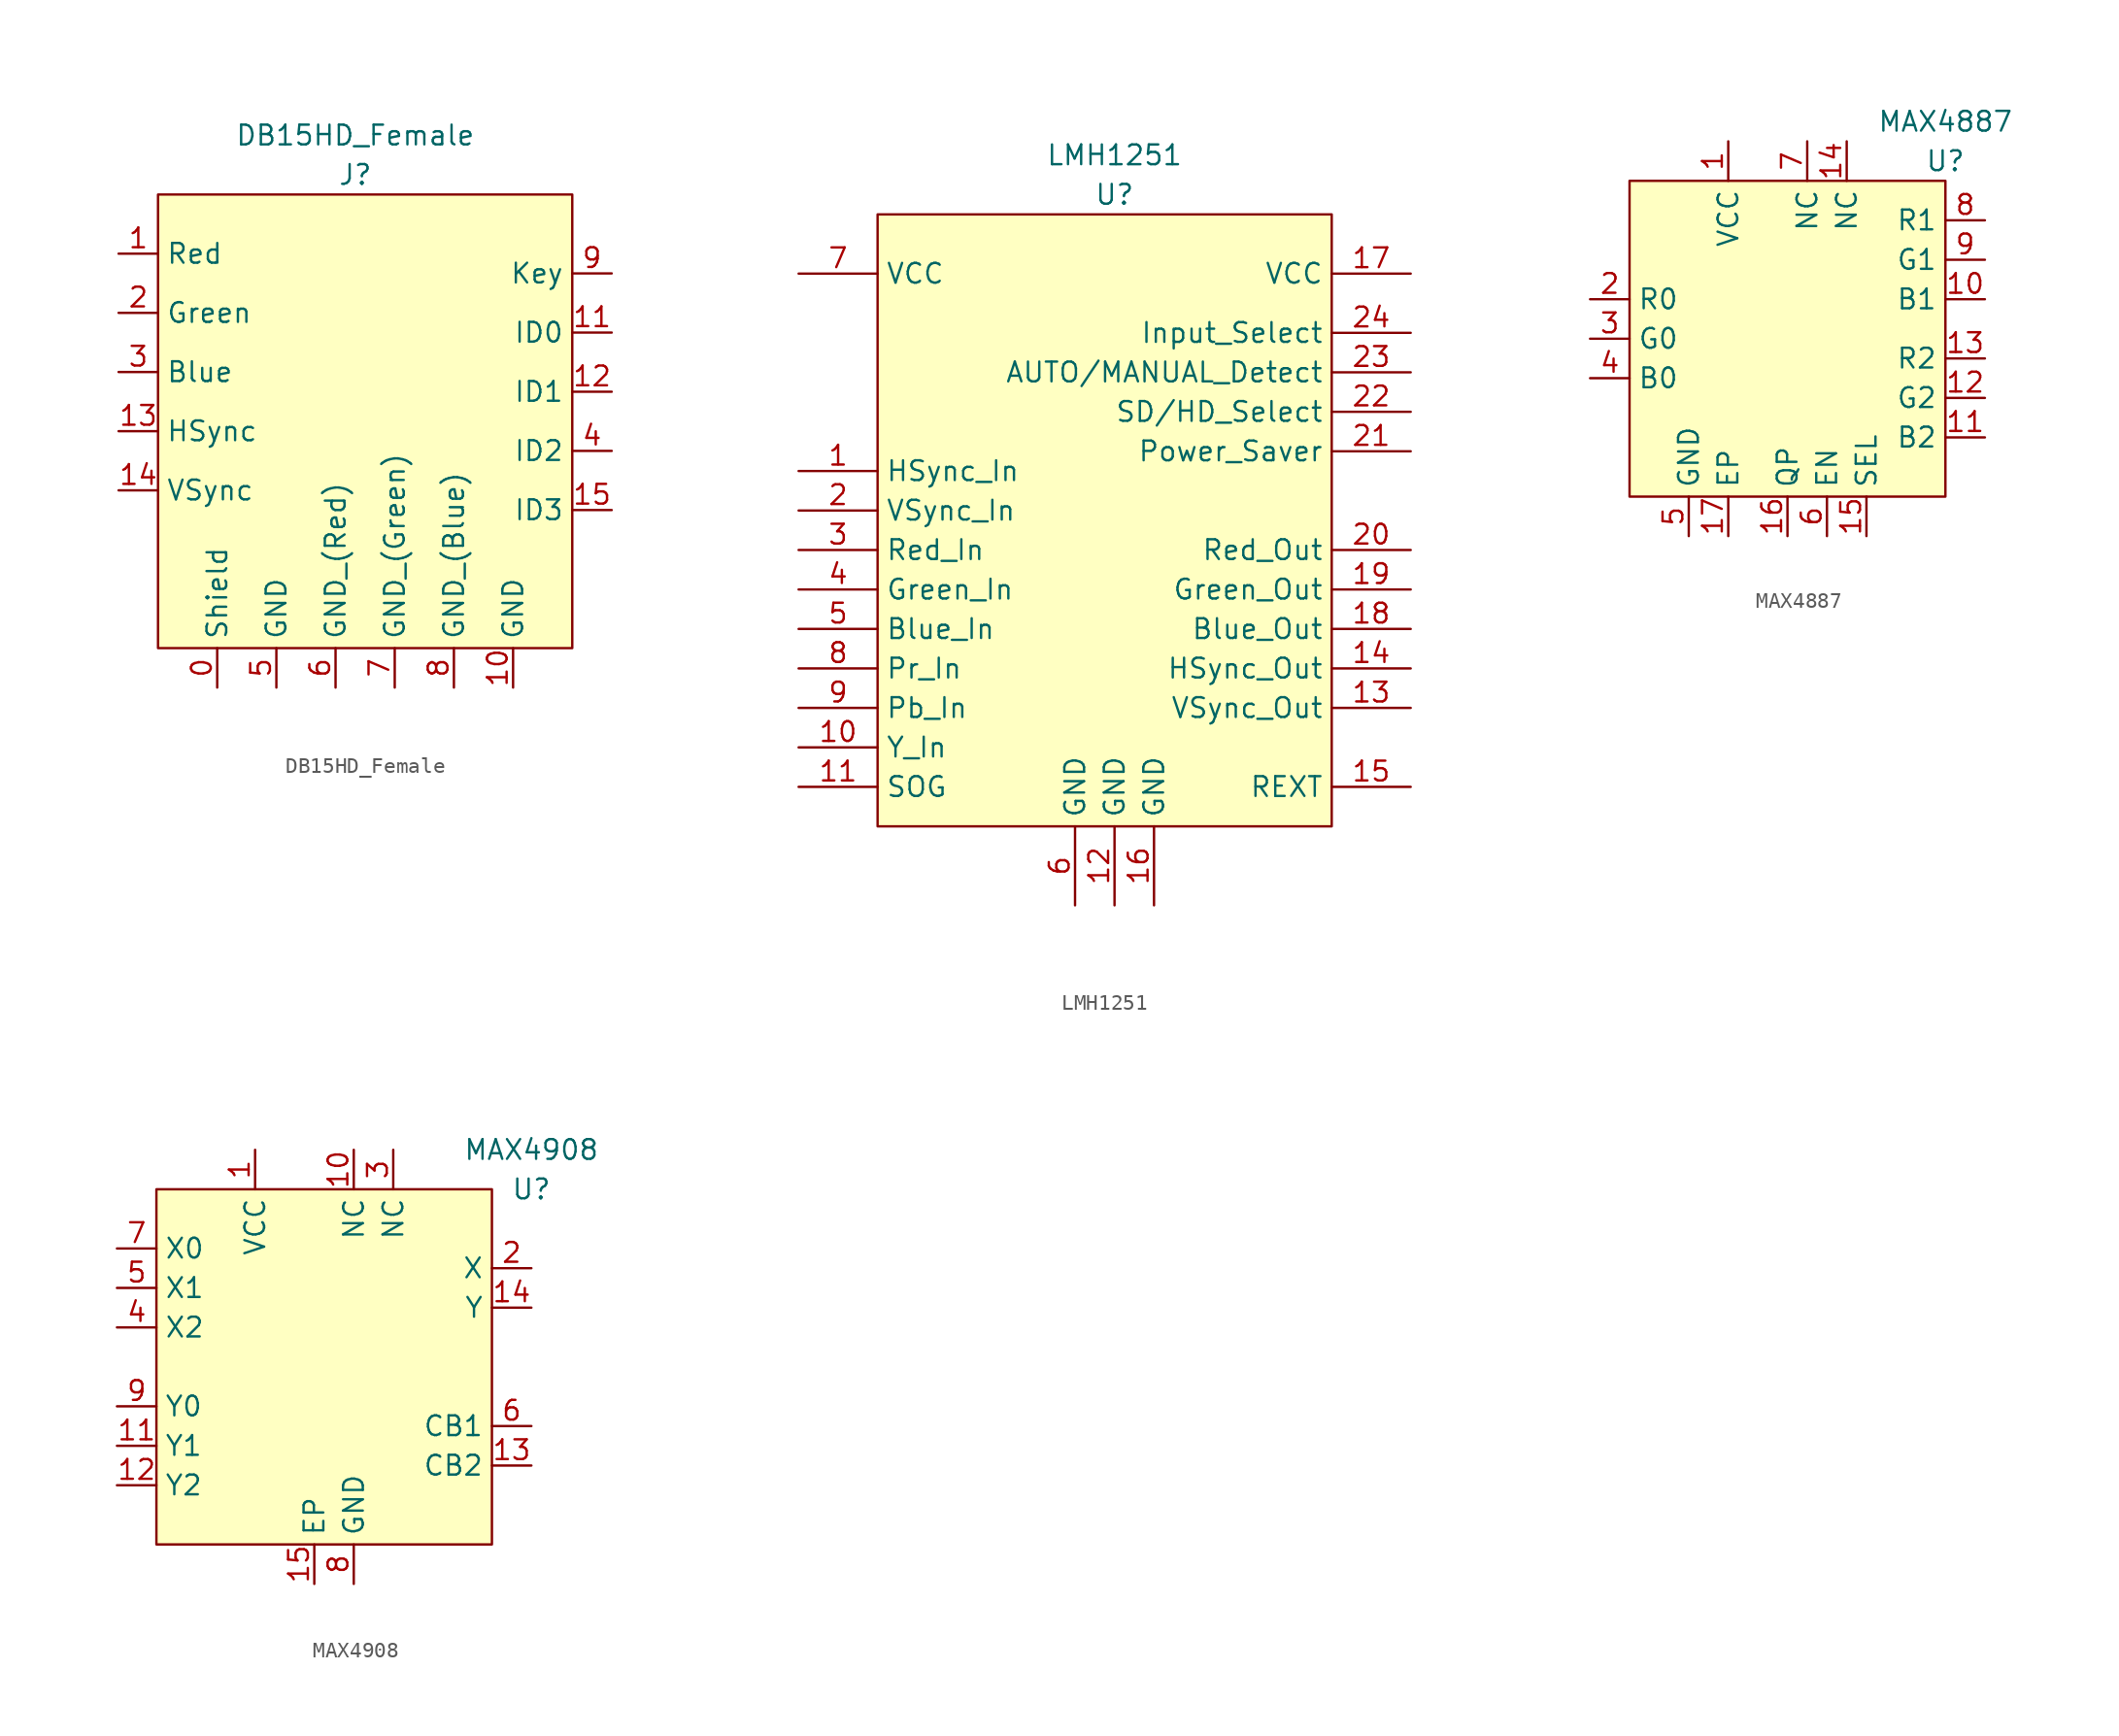
<source format=kicad_sym>
(kicad_symbol_lib
  (version 20211014)
  (generator kicad_symbol_editor)
  (symbol "DB15HD_Female"
    (property "Reference" "J"
      (at 0 15.24 0)
      (effects (font (size 1.27 1.27))))
    (property "Value" "DB15HD_Female"
      (at 0 17.78 0)
      (effects (font (size 1.27 1.27))))
    (symbol "DB15HD_Female_0_1"
      (rectangle (start -12.7 13.97) (end 13.97 -15.24) (stroke (width 0) (type default) (color 0 0 0 0)) (fill (type background))))
    (symbol "DB15HD_Female_1_1"
      (pin passive line (at -8.89 -17.78 90) (length 2.54) (name "Shield" (effects (font (size 1.27 1.27)))) (number "0" (effects (font (size 1.27 1.27)))))
      (pin input line (at -15.24 10.16 0) (length 2.54) (name "Red" (effects (font (size 1.27 1.27)))) (number "1" (effects (font (size 1.27 1.27)))))
      (pin passive line (at 10.16 -17.78 90) (length 2.54) (name "GND" (effects (font (size 1.27 1.27)))) (number "10" (effects (font (size 1.27 1.27)))))
      (pin input line (at 16.51 5.08 180) (length 2.54) (name "ID0" (effects (font (size 1.27 1.27)))) (number "11" (effects (font (size 1.27 1.27)))))
      (pin input line (at 16.51 1.27 180) (length 2.54) (name "ID1" (effects (font (size 1.27 1.27)))) (number "12" (effects (font (size 1.27 1.27)))))
      (pin input line (at -15.24 -1.27 0) (length 2.54) (name "HSync" (effects (font (size 1.27 1.27)))) (number "13" (effects (font (size 1.27 1.27)))))
      (pin input line (at -15.24 -5.08 0) (length 2.54) (name "VSync" (effects (font (size 1.27 1.27)))) (number "14" (effects (font (size 1.27 1.27)))))
      (pin input line (at 16.51 -6.35 180) (length 2.54) (name "ID3" (effects (font (size 1.27 1.27)))) (number "15" (effects (font (size 1.27 1.27)))))
      (pin input line (at -15.24 6.35 0) (length 2.54) (name "Green" (effects (font (size 1.27 1.27)))) (number "2" (effects (font (size 1.27 1.27)))))
      (pin input line (at -15.24 2.54 0) (length 2.54) (name "Blue" (effects (font (size 1.27 1.27)))) (number "3" (effects (font (size 1.27 1.27)))))
      (pin input line (at 16.51 -2.54 180) (length 2.54) (name "ID2" (effects (font (size 1.27 1.27)))) (number "4" (effects (font (size 1.27 1.27)))))
      (pin passive line (at -5.08 -17.78 90) (length 2.54) (name "GND" (effects (font (size 1.27 1.27)))) (number "5" (effects (font (size 1.27 1.27)))))
      (pin passive line (at -1.27 -17.78 90) (length 2.54) (name "GND_(Red)" (effects (font (size 1.27 1.27)))) (number "6" (effects (font (size 1.27 1.27)))))
      (pin passive line (at 2.54 -17.78 90) (length 2.54) (name "GND_(Green)" (effects (font (size 1.27 1.27)))) (number "7" (effects (font (size 1.27 1.27)))))
      (pin passive line (at 6.35 -17.78 90) (length 2.54) (name "GND_(Blue)" (effects (font (size 1.27 1.27)))) (number "8" (effects (font (size 1.27 1.27)))))
      (pin input line (at 16.51 8.89 180) (length 2.54) (name "Key" (effects (font (size 1.27 1.27)))) (number "9" (effects (font (size 1.27 1.27)))))))
  (symbol "LMH1251"
    (property "Reference" "U"
      (at 1.27 20.32 0)
      (effects (font (size 1.27 1.27))))
    (property "Value" "LMH1251"
      (at 1.27 22.86 0)
      (effects (font (size 1.27 1.27))))
    (symbol "LMH1251_0_0"
      (pin passive line (at -19.05 2.54 0) (length 5.08) (name "HSync_In" (effects (font (size 1.27 1.27)))) (number "1" (effects (font (size 1.27 1.27)))))
      (pin passive line (at -19.05 -15.24 0) (length 5.08) (name "Y_In" (effects (font (size 1.27 1.27)))) (number "10" (effects (font (size 1.27 1.27)))))
      (pin passive line (at -19.05 -17.78 0) (length 5.08) (name "SOG" (effects (font (size 1.27 1.27)))) (number "11" (effects (font (size 1.27 1.27)))))
      (pin passive line (at 1.27 -25.4 90) (length 5.08) (name "GND" (effects (font (size 1.27 1.27)))) (number "12" (effects (font (size 1.27 1.27)))))
      (pin passive line (at 20.32 -12.7 180) (length 5.08) (name "VSync_Out" (effects (font (size 1.27 1.27)))) (number "13" (effects (font (size 1.27 1.27)))))
      (pin passive line (at 20.32 -10.16 180) (length 5.08) (name "HSync_Out" (effects (font (size 1.27 1.27)))) (number "14" (effects (font (size 1.27 1.27)))))
      (pin passive line (at 20.32 -17.78 180) (length 5.08) (name "REXT" (effects (font (size 1.27 1.27)))) (number "15" (effects (font (size 1.27 1.27)))))
      (pin passive line (at 3.81 -25.4 90) (length 5.08) (name "GND" (effects (font (size 1.27 1.27)))) (number "16" (effects (font (size 1.27 1.27)))))
      (pin passive line (at 20.32 15.24 180) (length 5.08) (name "VCC" (effects (font (size 1.27 1.27)))) (number "17" (effects (font (size 1.27 1.27)))))
      (pin passive line (at 20.32 -7.62 180) (length 5.08) (name "Blue_Out" (effects (font (size 1.27 1.27)))) (number "18" (effects (font (size 1.27 1.27)))))
      (pin passive line (at 20.32 -5.08 180) (length 5.08) (name "Green_Out" (effects (font (size 1.27 1.27)))) (number "19" (effects (font (size 1.27 1.27)))))
      (pin passive line (at -19.05 0 0) (length 5.08) (name "VSync_In" (effects (font (size 1.27 1.27)))) (number "2" (effects (font (size 1.27 1.27)))))
      (pin passive line (at 20.32 -2.54 180) (length 5.08) (name "Red_Out" (effects (font (size 1.27 1.27)))) (number "20" (effects (font (size 1.27 1.27)))))
      (pin passive line (at 20.32 3.81 180) (length 5.08) (name "Power_Saver" (effects (font (size 1.27 1.27)))) (number "21" (effects (font (size 1.27 1.27)))))
      (pin passive line (at 20.32 6.35 180) (length 5.08) (name "SD/HD_Select" (effects (font (size 1.27 1.27)))) (number "22" (effects (font (size 1.27 1.27)))))
      (pin passive line (at 20.32 8.89 180) (length 5.08) (name "AUTO/MANUAL_Detect" (effects (font (size 1.27 1.27)))) (number "23" (effects (font (size 1.27 1.27)))))
      (pin passive line (at 20.32 11.43 180) (length 5.08) (name "Input_Select" (effects (font (size 1.27 1.27)))) (number "24" (effects (font (size 1.27 1.27)))))
      (pin passive line (at -19.05 -2.54 0) (length 5.08) (name "Red_In" (effects (font (size 1.27 1.27)))) (number "3" (effects (font (size 1.27 1.27)))))
      (pin passive line (at -19.05 -5.08 0) (length 5.08) (name "Green_In" (effects (font (size 1.27 1.27)))) (number "4" (effects (font (size 1.27 1.27)))))
      (pin passive line (at -19.05 -7.62 0) (length 5.08) (name "Blue_In" (effects (font (size 1.27 1.27)))) (number "5" (effects (font (size 1.27 1.27)))))
      (pin passive line (at -1.27 -25.4 90) (length 5.08) (name "GND" (effects (font (size 1.27 1.27)))) (number "6" (effects (font (size 1.27 1.27)))))
      (pin passive line (at -19.05 15.24 0) (length 5.08) (name "VCC" (effects (font (size 1.27 1.27)))) (number "7" (effects (font (size 1.27 1.27)))))
      (pin passive line (at -19.05 -10.16 0) (length 5.08) (name "Pr_In" (effects (font (size 1.27 1.27)))) (number "8" (effects (font (size 1.27 1.27)))))
      (pin passive line (at -19.05 -12.7 0) (length 5.08) (name "Pb_In" (effects (font (size 1.27 1.27)))) (number "9" (effects (font (size 1.27 1.27))))))
    (symbol "LMH1251_0_1"
      (polyline (pts (xy -13.97 19.05) (xy 15.24 19.05) (xy 15.24 -20.32) (xy -13.97 -20.32) (xy -13.97 19.05)) (stroke (width 0.152) (type default) (color 0 0 0 0)) (fill (type background)))))
  (symbol "MAX4887"
    (property "Reference" "U"
      (at 10.16 11.43 0)
      (effects (font (size 1.27 1.27))))
    (property "Value" "MAX4887"
      (at 10.16 13.97 0)
      (effects (font (size 1.27 1.27))))
    (symbol "MAX4887_0_1"
      (rectangle (start -10.16 10.16) (end 10.16 -10.16) (stroke (width 0) (type default) (color 0 0 0 0)) (fill (type background))))
    (symbol "MAX4887_1_1"
      (pin input line (at -3.81 12.7 270) (length 2.54) (name "VCC" (effects (font (size 1.27 1.27)))) (number "1" (effects (font (size 1.27 1.27)))))
      (pin input line (at 12.7 2.54 180) (length 2.54) (name "B1" (effects (font (size 1.27 1.27)))) (number "10" (effects (font (size 1.27 1.27)))))
      (pin input line (at 12.7 -6.35 180) (length 2.54) (name "B2" (effects (font (size 1.27 1.27)))) (number "11" (effects (font (size 1.27 1.27)))))
      (pin input line (at 12.7 -3.81 180) (length 2.54) (name "G2" (effects (font (size 1.27 1.27)))) (number "12" (effects (font (size 1.27 1.27)))))
      (pin input line (at 12.7 -1.27 180) (length 2.54) (name "R2" (effects (font (size 1.27 1.27)))) (number "13" (effects (font (size 1.27 1.27)))))
      (pin input line (at 3.81 12.7 270) (length 2.54) (name "NC" (effects (font (size 1.27 1.27)))) (number "14" (effects (font (size 1.27 1.27)))))
      (pin input line (at 5.08 -12.7 90) (length 2.54) (name "SEL" (effects (font (size 1.27 1.27)))) (number "15" (effects (font (size 1.27 1.27)))))
      (pin input line (at 0 -12.7 90) (length 2.54) (name "QP" (effects (font (size 1.27 1.27)))) (number "16" (effects (font (size 1.27 1.27)))))
      (pin input line (at -3.81 -12.7 90) (length 2.54) (name "EP" (effects (font (size 1.27 1.27)))) (number "17" (effects (font (size 1.27 1.27)))))
      (pin input line (at -12.7 2.54 0) (length 2.54) (name "R0" (effects (font (size 1.27 1.27)))) (number "2" (effects (font (size 1.27 1.27)))))
      (pin input line (at -12.7 0 0) (length 2.54) (name "G0" (effects (font (size 1.27 1.27)))) (number "3" (effects (font (size 1.27 1.27)))))
      (pin input line (at -12.7 -2.54 0) (length 2.54) (name "B0" (effects (font (size 1.27 1.27)))) (number "4" (effects (font (size 1.27 1.27)))))
      (pin input line (at -6.35 -12.7 90) (length 2.54) (name "GND" (effects (font (size 1.27 1.27)))) (number "5" (effects (font (size 1.27 1.27)))))
      (pin input line (at 2.54 -12.7 90) (length 2.54) (name "EN" (effects (font (size 1.27 1.27)))) (number "6" (effects (font (size 1.27 1.27)))))
      (pin input line (at 1.27 12.7 270) (length 2.54) (name "NC" (effects (font (size 1.27 1.27)))) (number "7" (effects (font (size 1.27 1.27)))))
      (pin input line (at 12.7 7.62 180) (length 2.54) (name "R1" (effects (font (size 1.27 1.27)))) (number "8" (effects (font (size 1.27 1.27)))))
      (pin input line (at 12.7 5.08 180) (length 2.54) (name "G1" (effects (font (size 1.27 1.27)))) (number "9" (effects (font (size 1.27 1.27)))))))
  (symbol "MAX4908"
    (property "Reference" "U"
      (at 13.97 11.43 0)
      (effects (font (size 1.27 1.27))))
    (property "Value" "MAX4908"
      (at 13.97 13.97 0)
      (effects (font (size 1.27 1.27))))
    (symbol "MAX4908_0_1"
      (rectangle (start -10.16 11.43) (end 11.43 -11.43) (stroke (width 0) (type default) (color 0 0 0 0)) (fill (type background))))
    (symbol "MAX4908_1_1"
      (pin passive line (at -3.81 13.97 270) (length 2.54) (name "VCC" (effects (font (size 1.27 1.27)))) (number "1" (effects (font (size 1.27 1.27)))))
      (pin passive line (at 2.54 13.97 270) (length 2.54) (name "NC" (effects (font (size 1.27 1.27)))) (number "10" (effects (font (size 1.27 1.27)))))
      (pin passive line (at -12.7 -5.08 0) (length 2.54) (name "Y1" (effects (font (size 1.27 1.27)))) (number "11" (effects (font (size 1.27 1.27)))))
      (pin passive line (at -12.7 -7.62 0) (length 2.54) (name "Y2" (effects (font (size 1.27 1.27)))) (number "12" (effects (font (size 1.27 1.27)))))
      (pin passive line (at 13.97 -6.35 180) (length 2.54) (name "CB2" (effects (font (size 1.27 1.27)))) (number "13" (effects (font (size 1.27 1.27)))))
      (pin passive line (at 13.97 3.81 180) (length 2.54) (name "Y" (effects (font (size 1.27 1.27)))) (number "14" (effects (font (size 1.27 1.27)))))
      (pin passive line (at 0 -13.97 90) (length 2.54) (name "EP" (effects (font (size 1.27 1.27)))) (number "15" (effects (font (size 1.27 1.27)))))
      (pin passive line (at 13.97 6.35 180) (length 2.54) (name "X" (effects (font (size 1.27 1.27)))) (number "2" (effects (font (size 1.27 1.27)))))
      (pin passive line (at 5.08 13.97 270) (length 2.54) (name "NC" (effects (font (size 1.27 1.27)))) (number "3" (effects (font (size 1.27 1.27)))))
      (pin passive line (at -12.7 2.54 0) (length 2.54) (name "X2" (effects (font (size 1.27 1.27)))) (number "4" (effects (font (size 1.27 1.27)))))
      (pin passive line (at -12.7 5.08 0) (length 2.54) (name "X1" (effects (font (size 1.27 1.27)))) (number "5" (effects (font (size 1.27 1.27)))))
      (pin passive line (at 13.97 -3.81 180) (length 2.54) (name "CB1" (effects (font (size 1.27 1.27)))) (number "6" (effects (font (size 1.27 1.27)))))
      (pin passive line (at -12.7 7.62 0) (length 2.54) (name "X0" (effects (font (size 1.27 1.27)))) (number "7" (effects (font (size 1.27 1.27)))))
      (pin passive line (at 2.54 -13.97 90) (length 2.54) (name "GND" (effects (font (size 1.27 1.27)))) (number "8" (effects (font (size 1.27 1.27)))))
      (pin passive line (at -12.7 -2.54 0) (length 2.54) (name "Y0" (effects (font (size 1.27 1.27)))) (number "9" (effects (font (size 1.27 1.27))))))))
</source>
